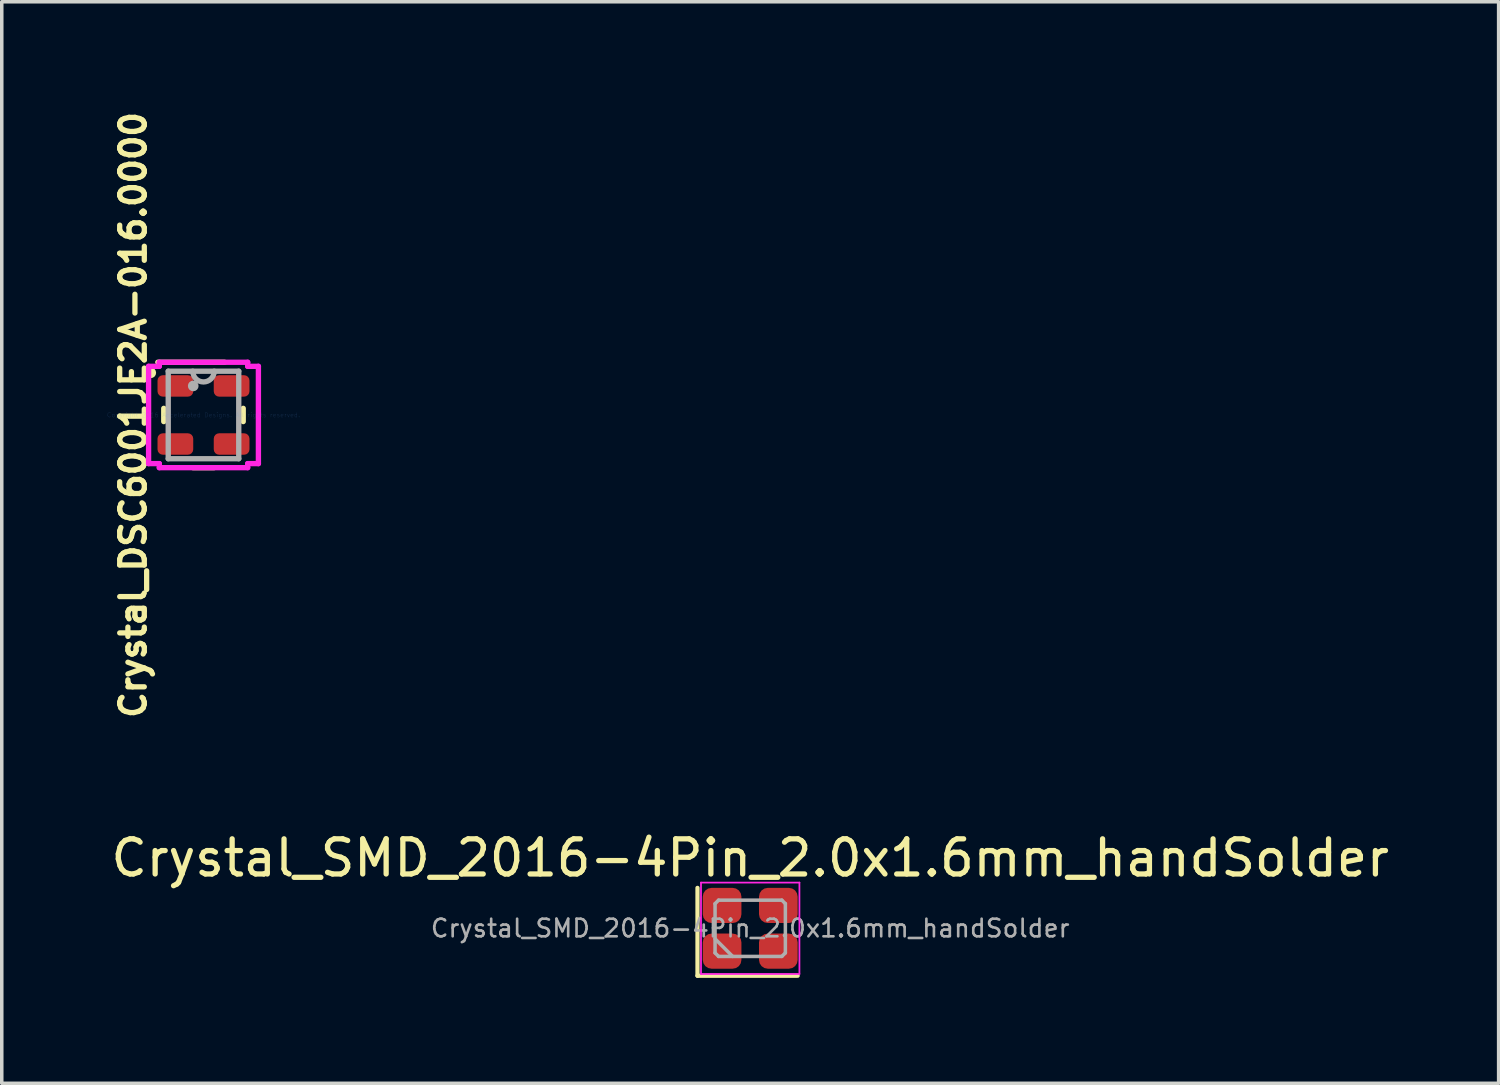
<source format=kicad_pcb>
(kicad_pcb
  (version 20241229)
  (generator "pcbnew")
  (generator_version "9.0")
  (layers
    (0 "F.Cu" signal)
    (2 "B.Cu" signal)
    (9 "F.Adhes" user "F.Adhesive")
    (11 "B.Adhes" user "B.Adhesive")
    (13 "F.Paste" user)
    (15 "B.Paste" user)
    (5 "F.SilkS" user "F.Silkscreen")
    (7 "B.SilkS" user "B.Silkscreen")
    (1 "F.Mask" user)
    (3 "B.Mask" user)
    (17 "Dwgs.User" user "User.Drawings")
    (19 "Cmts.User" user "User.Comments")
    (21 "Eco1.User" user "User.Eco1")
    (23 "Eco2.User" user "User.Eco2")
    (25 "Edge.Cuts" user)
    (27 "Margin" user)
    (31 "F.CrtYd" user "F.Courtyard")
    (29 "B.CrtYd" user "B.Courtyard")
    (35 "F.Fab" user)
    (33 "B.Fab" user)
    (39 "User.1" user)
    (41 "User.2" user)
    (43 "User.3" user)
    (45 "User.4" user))
  (footprint "Crystal_SMD_2016-4Pin_2.0x1.6mm_handSolder"
    (layer "F.Cu")
    (at 18.292 23.358)
    (property "Reference" "Crystal_SMD_2016-4Pin_2.0x1.6mm_handSolder" (at 0 -2 0) (layer "F.SilkS") (effects (font (size 1 1) (thickness 0.15))))
    (attr smd)
    (fp_line (start -1.5 -1.15) (end -1.5 1.35) (stroke (width 0.12) (type solid)) (layer "F.SilkS"))
    (fp_line (start -1.5 1.35) (end 1.35 1.35) (stroke (width 0.12) (type solid)) (layer "F.SilkS"))
    (fp_line (start -1.4 -1.3) (end -1.4 1.3) (stroke (width 0.05) (type solid)) (layer "F.CrtYd"))
    (fp_line (start -1.4 1.3) (end 1.4 1.3) (stroke (width 0.05) (type solid)) (layer "F.CrtYd"))
    (fp_line (start 1.4 -1.3) (end -1.4 -1.3) (stroke (width 0.05) (type solid)) (layer "F.CrtYd"))
    (fp_line (start 1.4 1.3) (end 1.4 -1.3) (stroke (width 0.05) (type solid)) (layer "F.CrtYd"))
    (fp_line (start -1 -0.7) (end -0.9 -0.8) (stroke (width 0.1) (type solid)) (layer "F.Fab"))
    (fp_line (start -1 0.3) (end -0.5 0.8) (stroke (width 0.1) (type solid)) (layer "F.Fab"))
    (fp_line (start -1 0.7) (end -1 -0.7) (stroke (width 0.1) (type solid)) (layer "F.Fab"))
    (fp_line (start -0.9 -0.8) (end 0.9 -0.8) (stroke (width 0.1) (type solid)) (layer "F.Fab"))
    (fp_line (start -0.9 0.8) (end -1 0.7) (stroke (width 0.1) (type solid)) (layer "F.Fab"))
    (fp_line (start 0.9 -0.8) (end 1 -0.7) (stroke (width 0.1) (type solid)) (layer "F.Fab"))
    (fp_line (start 0.9 0.8) (end -0.9 0.8) (stroke (width 0.1) (type solid)) (layer "F.Fab"))
    (fp_line (start 1 -0.7) (end 1 0.7) (stroke (width 0.1) (type solid)) (layer "F.Fab"))
    (fp_line (start 1 0.7) (end 0.9 0.8) (stroke (width 0.1) (type solid)) (layer "F.Fab"))
    (fp_text user "${REFERENCE}" (at 0 0 0) (layer "F.Fab") (effects (font (size 0.5 0.5) (thickness 0.075))))
    (pad "1" smd roundrect (at -0.8 0.65) (size 1.1 1) (layers "F.Cu" "F.Mask" "F.Paste") (roundrect_rratio 0.25))
    (pad "2" smd roundrect (at 0.8 0.65) (size 1.1 1) (layers "F.Cu" "F.Mask" "F.Paste") (roundrect_rratio 0.25))
    (pad "3" smd roundrect (at 0.8 -0.65) (size 1.1 1) (layers "F.Cu" "F.Mask" "F.Paste") (roundrect_rratio 0.25))
    (pad "4" smd roundrect (at -0.8 -0.65) (size 1.1 1) (layers "F.Cu" "F.Mask" "F.Paste") (roundrect_rratio 0.25)))
  (footprint "Crystal_DSC6001JE2A-016.0000"
    (layer "F.Cu")
    (at 2.739 8.755)
    (property "Reference" "Crystal_DSC6001JE2A-016.0000" (at -2 0 90) (layer "F.SilkS") (effects (font (size 0.7 0.7) (thickness 0.15))))
    (attr smd)
    (fp_line (start -1.3 -1.5) (end 0.6 -1.5) (stroke (width 0.15) (type solid)) (layer "F.SilkS"))
    (fp_line (start -1.13 -0.188) (end -1.13 0.188) (stroke (width 0.152) (type solid)) (layer "F.SilkS"))
    (fp_line (start -0.3 1.5) (end 0.3 1.5) (stroke (width 0.15) (type solid)) (layer "F.SilkS"))
    (fp_line (start 1.13 0.188) (end 1.13 -0.188) (stroke (width 0.152) (type solid)) (layer "F.SilkS"))
    (fp_circle (center -1.5 -1.2) (end -1.424 -1.2) (stroke (width 0.152) (type solid)) (fill no) (layer "F.SilkS"))
    (fp_line (start -1.562 -1.384) (end -1.257 -1.384) (stroke (width 0.152) (type solid)) (layer "F.CrtYd"))
    (fp_line (start -1.562 1.384) (end -1.562 -1.384) (stroke (width 0.152) (type solid)) (layer "F.CrtYd"))
    (fp_line (start -1.257 -1.499) (end 1.257 -1.499) (stroke (width 0.152) (type solid)) (layer "F.CrtYd"))
    (fp_line (start -1.257 -1.384) (end -1.257 -1.499) (stroke (width 0.152) (type solid)) (layer "F.CrtYd"))
    (fp_line (start -1.257 1.384) (end -1.562 1.384) (stroke (width 0.152) (type solid)) (layer "F.CrtYd"))
    (fp_line (start -1.257 1.499) (end -1.257 1.384) (stroke (width 0.152) (type solid)) (layer "F.CrtYd"))
    (fp_line (start 1.257 -1.499) (end 1.257 -1.384) (stroke (width 0.152) (type solid)) (layer "F.CrtYd"))
    (fp_line (start 1.257 -1.384) (end 1.562 -1.384) (stroke (width 0.152) (type solid)) (layer "F.CrtYd"))
    (fp_line (start 1.257 1.384) (end 1.257 1.499) (stroke (width 0.152) (type solid)) (layer "F.CrtYd"))
    (fp_line (start 1.257 1.499) (end -1.257 1.499) (stroke (width 0.152) (type solid)) (layer "F.CrtYd"))
    (fp_line (start 1.562 -1.384) (end 1.562 1.384) (stroke (width 0.152) (type solid)) (layer "F.CrtYd"))
    (fp_line (start 1.562 1.384) (end 1.257 1.384) (stroke (width 0.152) (type solid)) (layer "F.CrtYd"))
    (fp_line (start -1.003 -1.245) (end -1.003 1.245) (stroke (width 0.152) (type solid)) (layer "F.Fab"))
    (fp_line (start -1.003 1.245) (end 1.003 1.245) (stroke (width 0.152) (type solid)) (layer "F.Fab"))
    (fp_line (start 1.003 -1.245) (end -1.003 -1.245) (stroke (width 0.152) (type solid)) (layer "F.Fab"))
    (fp_line (start 1.003 1.245) (end 1.003 -1.245) (stroke (width 0.152) (type solid)) (layer "F.Fab"))
    (fp_arc (start 0.3048 -1.2446) (mid 0 -0.9398) (end -0.3048 -1.2446) (stroke (width 0.1524) (type solid)) (layer "F.Fab"))
    (fp_circle (center -0.292 -0.826) (end -0.216 -0.826) (stroke (width 0.152) (type solid)) (fill no) (layer "F.Fab"))
    (fp_text user "Copyright 2016 Accelerated Designs. All rights reserved." (at 0 0 0) (layer "Cmts.User") (effects (font (size 0.127 0.127) (thickness 0.002))))
    (pad "1" smd roundrect (at -0.8 -0.826) (size 1.016 0.61) (layers "F.Cu" "F.Mask" "F.Paste") (roundrect_rratio 0.25))
    (pad "2" smd roundrect (at -0.8 0.826) (size 1.016 0.61) (layers "F.Cu" "F.Mask" "F.Paste") (roundrect_rratio 0.25))
    (pad "3" smd roundrect (at 0.8 0.826) (size 1.016 0.61) (layers "F.Cu" "F.Mask" "F.Paste") (roundrect_rratio 0.25))
    (pad "4" smd roundrect (at 0.8 -0.826) (size 1.016 0.61) (layers "F.Cu" "F.Mask" "F.Paste") (roundrect_rratio 0.25)))
  (gr_rect
    (start -3 -3)
    (end 39.583 27.768)
    (stroke (width 0.1) (type default))
    (fill no)
    (layer "Edge.Cuts")))
</source>
